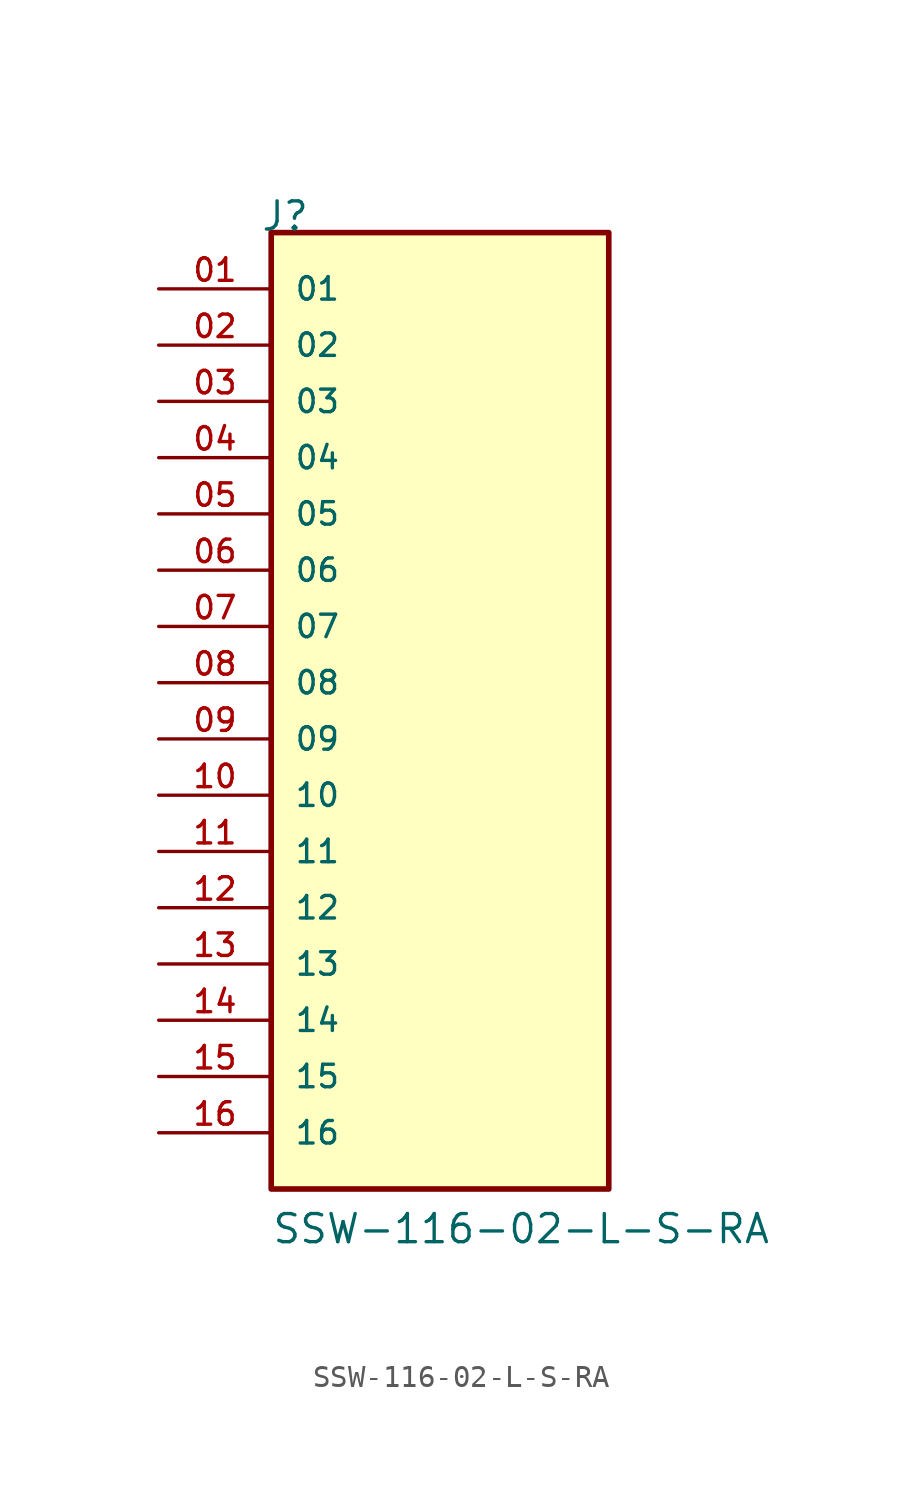
<source format=kicad_sym>
(kicad_symbol_lib
  (version 20211014)
  (generator kicad_symbol_editor)
  (symbol "SSW-116-02-L-S-RA"
    (pin_names
      (offset 1.016))
    (property "Reference" "J"
      (at -8.12 22.86 0)
      (effects (font (size 1.27 1.27)) (justify bottom left)))
    (property "Value" "SSW-116-02-L-S-RA"
      (at -7.62 -22.86 0)
      (effects (font (size 1.27 1.27)) (justify bottom left)))
    (symbol "SSW-116-02-L-S-RA_0_0"
      (rectangle (start -7.62 -20.32) (end 7.62 22.86) (stroke (width 0.254)) (fill (type background)))
      (pin passive line (at -12.7 20.32 0) (length 5.08) (name "01" (effects (font (size 1.016 1.016)))) (number "01" (effects (font (size 1.016 1.016)))))
      (pin passive line (at -12.7 17.78 0) (length 5.08) (name "02" (effects (font (size 1.016 1.016)))) (number "02" (effects (font (size 1.016 1.016)))))
      (pin passive line (at -12.7 15.24 0) (length 5.08) (name "03" (effects (font (size 1.016 1.016)))) (number "03" (effects (font (size 1.016 1.016)))))
      (pin passive line (at -12.7 12.7 0) (length 5.08) (name "04" (effects (font (size 1.016 1.016)))) (number "04" (effects (font (size 1.016 1.016)))))
      (pin passive line (at -12.7 10.16 0) (length 5.08) (name "05" (effects (font (size 1.016 1.016)))) (number "05" (effects (font (size 1.016 1.016)))))
      (pin passive line (at -12.7 7.62 0) (length 5.08) (name "06" (effects (font (size 1.016 1.016)))) (number "06" (effects (font (size 1.016 1.016)))))
      (pin passive line (at -12.7 5.08 0) (length 5.08) (name "07" (effects (font (size 1.016 1.016)))) (number "07" (effects (font (size 1.016 1.016)))))
      (pin passive line (at -12.7 2.54 0) (length 5.08) (name "08" (effects (font (size 1.016 1.016)))) (number "08" (effects (font (size 1.016 1.016)))))
      (pin passive line (at -12.7 0.0 0) (length 5.08) (name "09" (effects (font (size 1.016 1.016)))) (number "09" (effects (font (size 1.016 1.016)))))
      (pin passive line (at -12.7 -2.54 0) (length 5.08) (name "10" (effects (font (size 1.016 1.016)))) (number "10" (effects (font (size 1.016 1.016)))))
      (pin passive line (at -12.7 -5.08 0) (length 5.08) (name "11" (effects (font (size 1.016 1.016)))) (number "11" (effects (font (size 1.016 1.016)))))
      (pin passive line (at -12.7 -7.62 0) (length 5.08) (name "12" (effects (font (size 1.016 1.016)))) (number "12" (effects (font (size 1.016 1.016)))))
      (pin passive line (at -12.7 -10.16 0) (length 5.08) (name "13" (effects (font (size 1.016 1.016)))) (number "13" (effects (font (size 1.016 1.016)))))
      (pin passive line (at -12.7 -12.7 0) (length 5.08) (name "14" (effects (font (size 1.016 1.016)))) (number "14" (effects (font (size 1.016 1.016)))))
      (pin passive line (at -12.7 -15.24 0) (length 5.08) (name "15" (effects (font (size 1.016 1.016)))) (number "15" (effects (font (size 1.016 1.016)))))
      (pin passive line (at -12.7 -17.78 0) (length 5.08) (name "16" (effects (font (size 1.016 1.016)))) (number "16" (effects (font (size 1.016 1.016))))))))
</source>
